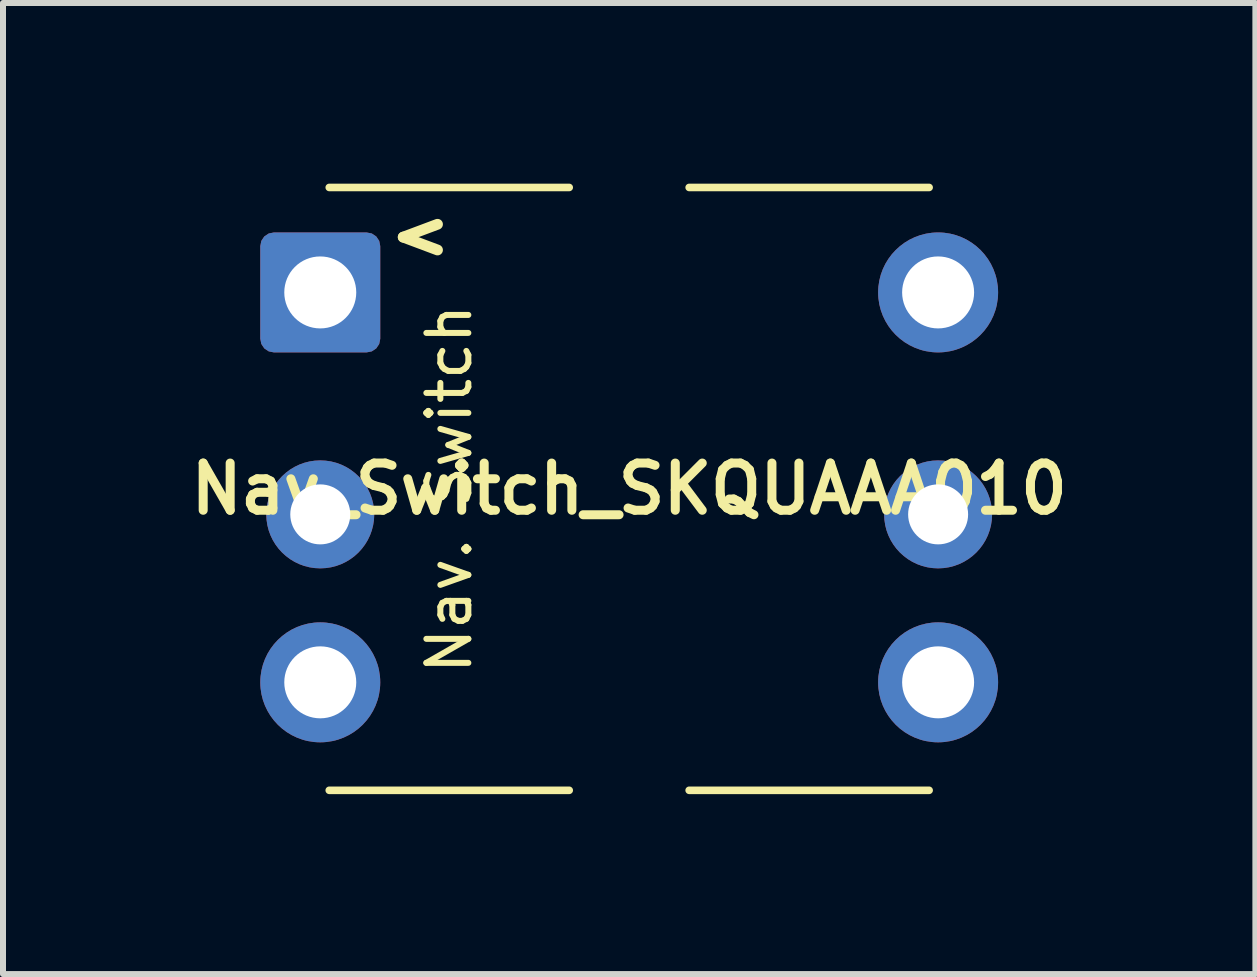
<source format=kicad_pcb>
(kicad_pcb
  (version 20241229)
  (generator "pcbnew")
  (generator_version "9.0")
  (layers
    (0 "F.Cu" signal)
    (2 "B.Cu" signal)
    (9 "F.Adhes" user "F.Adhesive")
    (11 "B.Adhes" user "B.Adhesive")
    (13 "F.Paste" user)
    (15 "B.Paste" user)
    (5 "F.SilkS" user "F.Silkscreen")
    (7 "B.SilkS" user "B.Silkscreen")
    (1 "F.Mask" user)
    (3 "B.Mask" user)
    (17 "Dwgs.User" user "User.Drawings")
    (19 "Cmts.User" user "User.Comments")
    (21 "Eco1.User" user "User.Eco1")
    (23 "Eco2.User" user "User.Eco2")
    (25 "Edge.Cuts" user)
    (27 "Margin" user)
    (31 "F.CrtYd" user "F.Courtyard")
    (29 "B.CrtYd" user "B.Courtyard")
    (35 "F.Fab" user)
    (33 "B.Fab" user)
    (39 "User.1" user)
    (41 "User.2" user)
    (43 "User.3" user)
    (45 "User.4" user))
  (footprint "Nav_Switch_SKQUAAA010"
    (layer "F.Cu")
    (at 7.439 5.1)
    (property "Reference" "Nav_Switch_SKQUAAA010" (at 0 0 0) (layer "F.SilkS") (effects (font (size 0.787 0.787) (thickness 0.15))))
    (attr through_hole)
    (fp_line (start -5 -5.025) (end -1 -5.025) (stroke (width 0.127) (type solid)) (layer "F.SilkS"))
    (fp_line (start -5 5.025) (end -1 5.025) (stroke (width 0.127) (type solid)) (layer "F.SilkS"))
    (fp_line (start 1 -5.025) (end 5 -5.025) (stroke (width 0.127) (type solid)) (layer "F.SilkS"))
    (fp_line (start 1 5.025) (end 5 5.025) (stroke (width 0.127) (type solid)) (layer "F.SilkS"))
    (fp_text user "Nav. Switch" (at -3 0 90) (unlocked yes) (layer "F.SilkS") (effects (font (size 0.7 0.7) (thickness 0.1))))
    (fp_text user "<" (at -4.064 -3.81 0) (unlocked yes) (layer "F.SilkS") (effects (font (size 0.75 0.75) (thickness 0.18) (bold yes)) (justify left bottom)))
    (pad "1" thru_hole roundrect (at -5.15 -3.275) (size 2 2) (drill 1.2) (layers "*.Cu" "*.Mask") (roundrect_rratio 0.114))
    (pad "2" thru_hole circle (at -5.15 0.425) (size 1.8 1.8) (drill 1) (layers "*.Cu" "*.Mask"))
    (pad "3" thru_hole circle (at -5.15 3.225) (size 2 2) (drill 1.2) (layers "*.Cu" "*.Mask"))
    (pad "4" thru_hole circle (at 5.15 3.225) (size 2 2) (drill 1.2) (layers "*.Cu" "*.Mask"))
    (pad "5" thru_hole circle (at 5.15 0.425) (size 1.8 1.8) (drill 1) (layers "*.Cu" "*.Mask"))
    (pad "6" thru_hole circle (at 5.15 -3.275) (size 2 2) (drill 1.2) (layers "*.Cu" "*.Mask")))
  (gr_rect
    (start -3 -3)
    (end 17.878 13.188)
    (stroke (width 0.1) (type default))
    (fill no)
    (layer "Edge.Cuts")))
</source>
